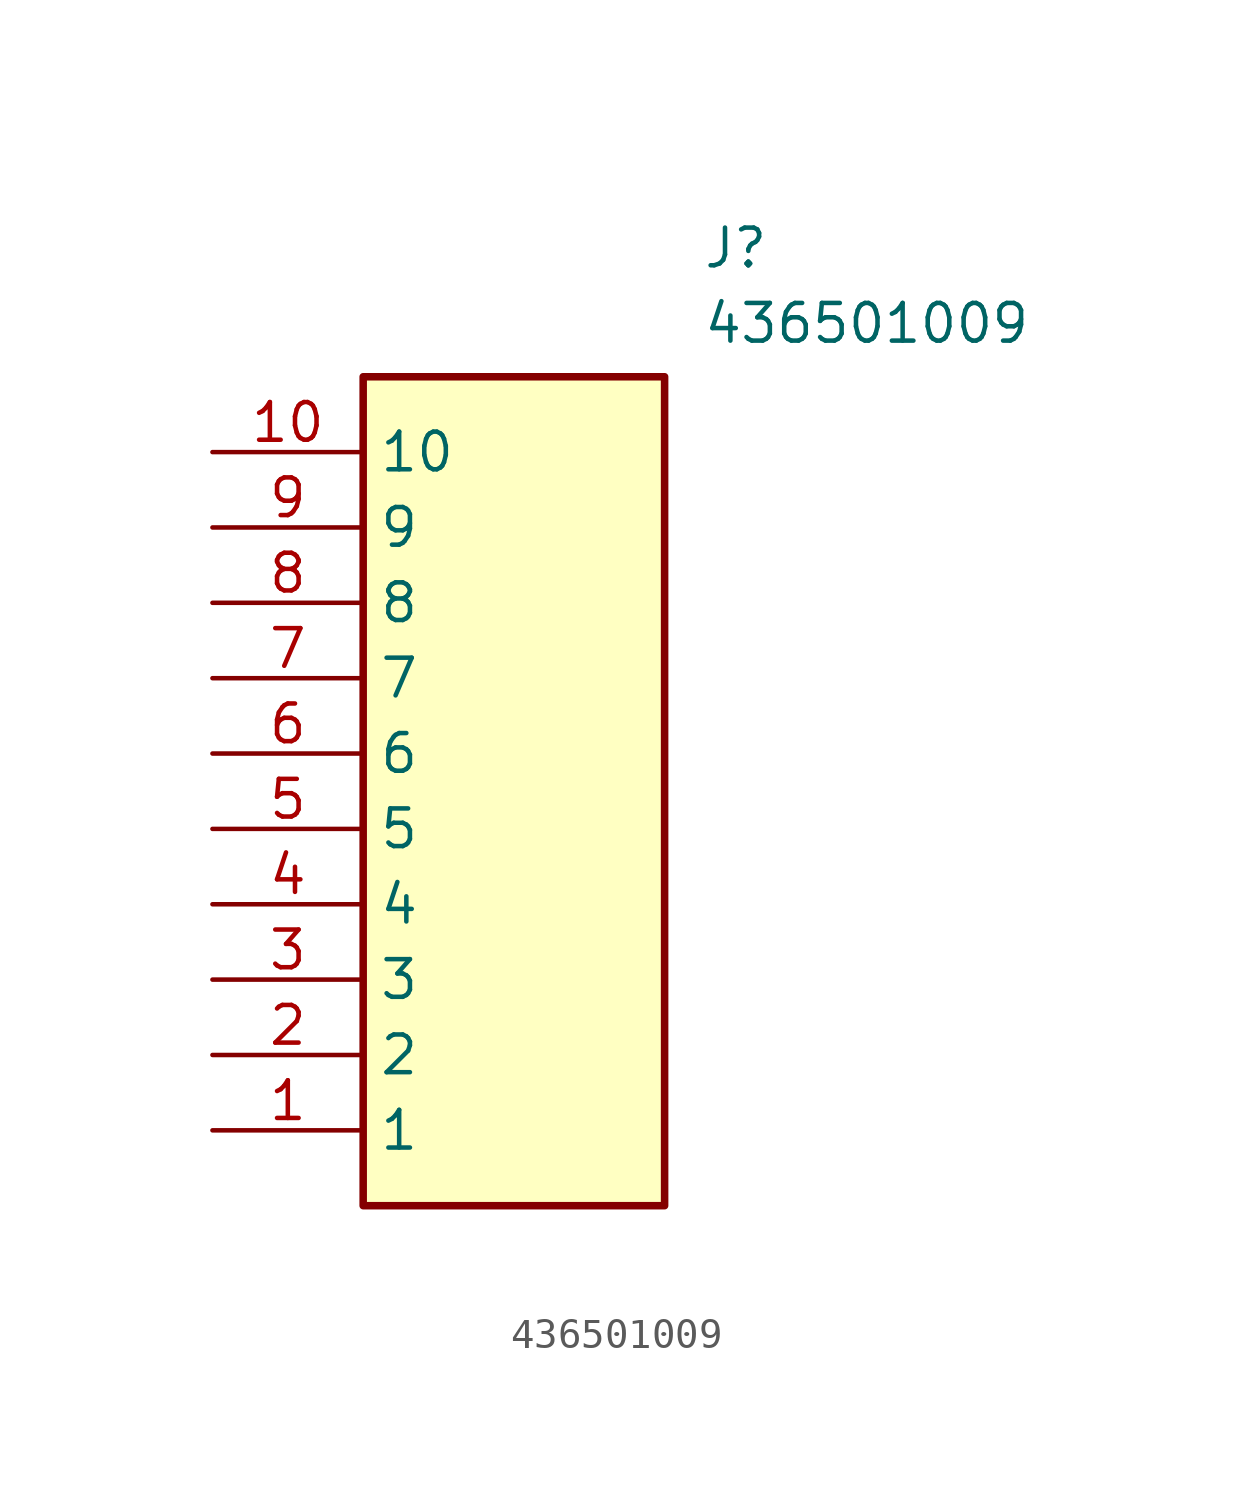
<source format=kicad_sym>
(kicad_symbol_lib
  (version 20211014)
  (generator SamacSys_ECAD_Model)
  (symbol "436501009"
    (property "Reference" "J"
      (at 16.51 7.62 0)
      (effects (font (size 1.27 1.27)) (justify left top)))
    (property "Value" "436501009"
      (at 16.51 5.08 0)
      (effects (font (size 1.27 1.27)) (justify left top)))
    (rectangle
      (start 5.08 2.54)
      (end 15.24 -25.4)
      (stroke (width 0.254) (type default))
      (fill (type background)))
    (pin passive line
      (at 0 -22.86 0)
      (length 5.08)
      (name "1" (effects (font (size 1.27 1.27))))
      (number "1" (effects (font (size 1.27 1.27)))))
    (pin passive line
      (at 0 -20.32 0)
      (length 5.08)
      (name "2" (effects (font (size 1.27 1.27))))
      (number "2" (effects (font (size 1.27 1.27)))))
    (pin passive line
      (at 0 -17.78 0)
      (length 5.08)
      (name "3" (effects (font (size 1.27 1.27))))
      (number "3" (effects (font (size 1.27 1.27)))))
    (pin passive line
      (at 0 -15.24 0)
      (length 5.08)
      (name "4" (effects (font (size 1.27 1.27))))
      (number "4" (effects (font (size 1.27 1.27)))))
    (pin passive line
      (at 0 -12.7 0)
      (length 5.08)
      (name "5" (effects (font (size 1.27 1.27))))
      (number "5" (effects (font (size 1.27 1.27)))))
    (pin passive line
      (at 0 -10.16 0)
      (length 5.08)
      (name "6" (effects (font (size 1.27 1.27))))
      (number "6" (effects (font (size 1.27 1.27)))))
    (pin passive line
      (at 0 -7.62 0)
      (length 5.08)
      (name "7" (effects (font (size 1.27 1.27))))
      (number "7" (effects (font (size 1.27 1.27)))))
    (pin passive line
      (at 0 -5.08 0)
      (length 5.08)
      (name "8" (effects (font (size 1.27 1.27))))
      (number "8" (effects (font (size 1.27 1.27)))))
    (pin passive line
      (at 0 -2.54 0)
      (length 5.08)
      (name "9" (effects (font (size 1.27 1.27))))
      (number "9" (effects (font (size 1.27 1.27)))))
    (pin passive line
      (at 0 0 0)
      (length 5.08)
      (name "10" (effects (font (size 1.27 1.27))))
      (number "10" (effects (font (size 1.27 1.27)))))))
</source>
